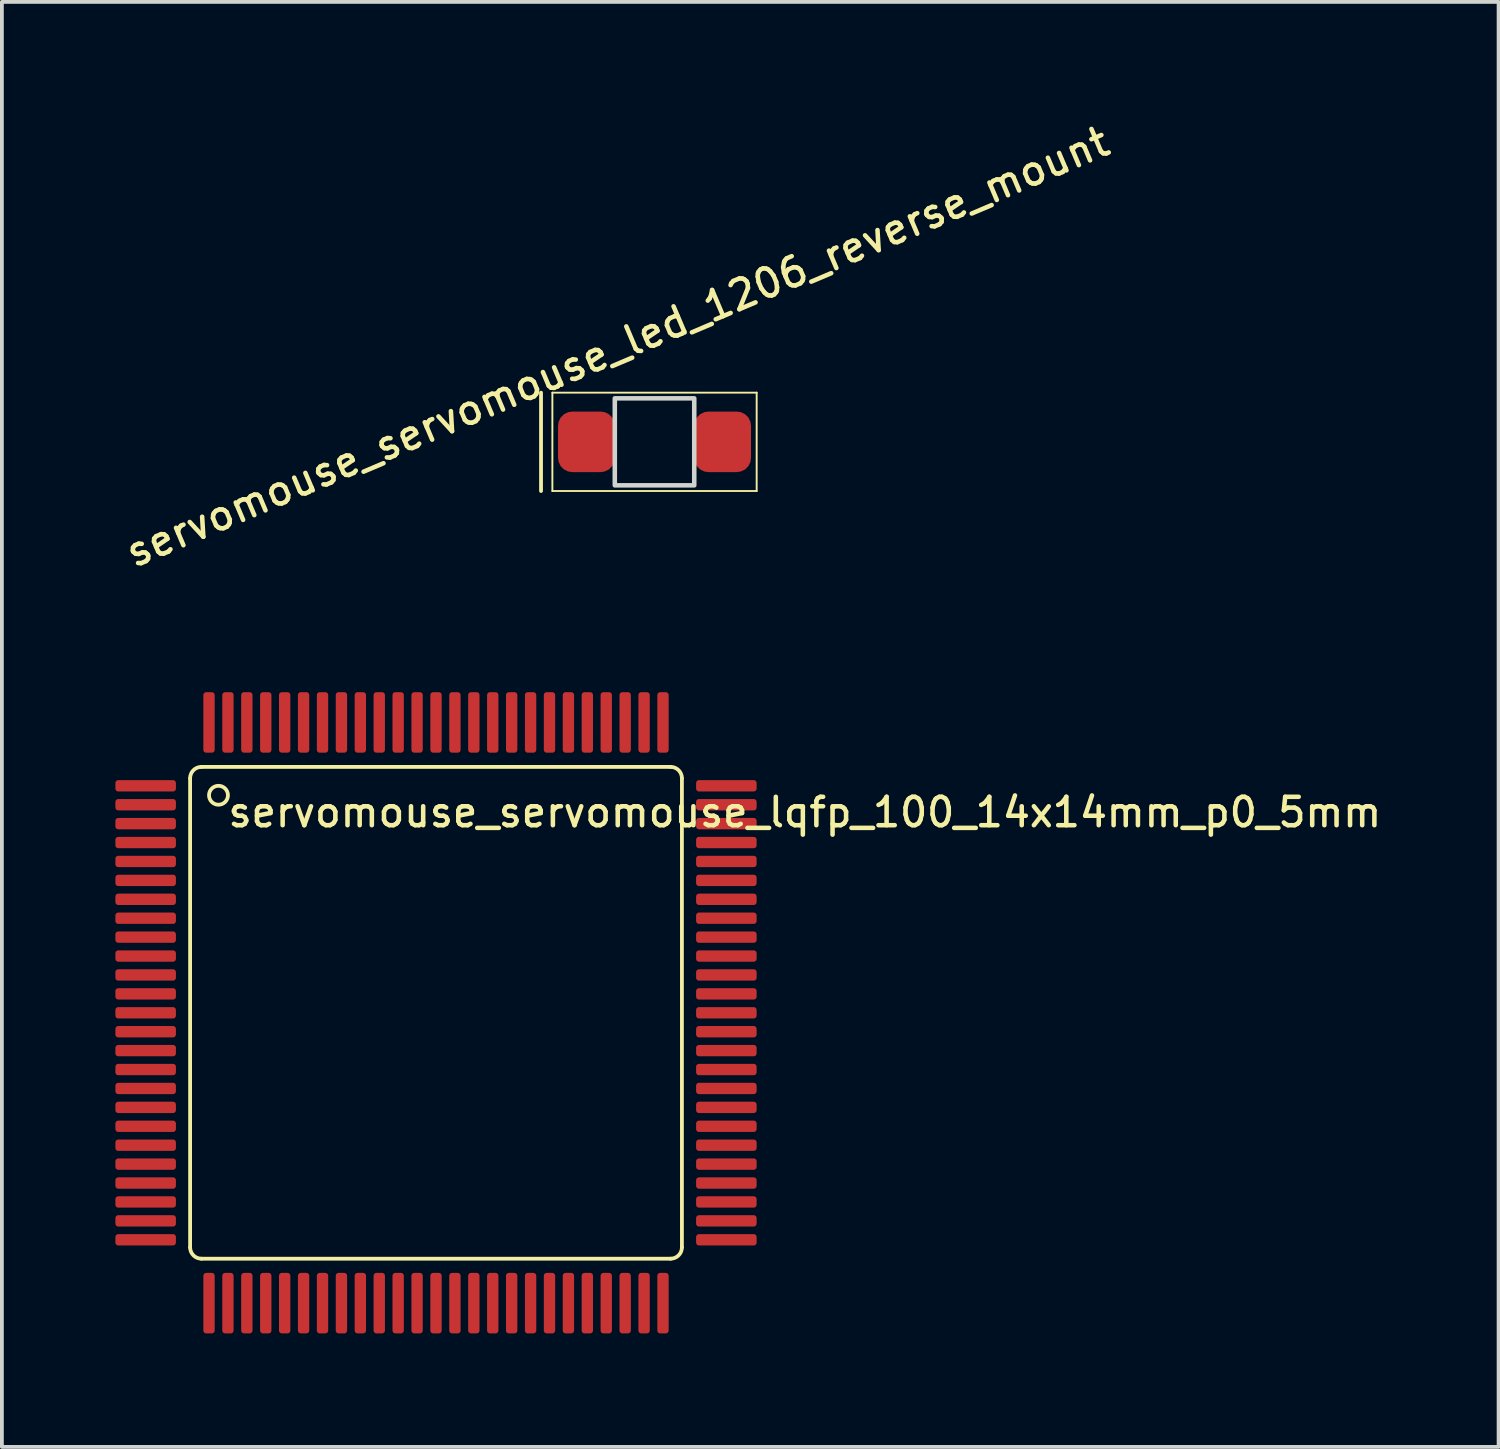
<source format=kicad_pcb>
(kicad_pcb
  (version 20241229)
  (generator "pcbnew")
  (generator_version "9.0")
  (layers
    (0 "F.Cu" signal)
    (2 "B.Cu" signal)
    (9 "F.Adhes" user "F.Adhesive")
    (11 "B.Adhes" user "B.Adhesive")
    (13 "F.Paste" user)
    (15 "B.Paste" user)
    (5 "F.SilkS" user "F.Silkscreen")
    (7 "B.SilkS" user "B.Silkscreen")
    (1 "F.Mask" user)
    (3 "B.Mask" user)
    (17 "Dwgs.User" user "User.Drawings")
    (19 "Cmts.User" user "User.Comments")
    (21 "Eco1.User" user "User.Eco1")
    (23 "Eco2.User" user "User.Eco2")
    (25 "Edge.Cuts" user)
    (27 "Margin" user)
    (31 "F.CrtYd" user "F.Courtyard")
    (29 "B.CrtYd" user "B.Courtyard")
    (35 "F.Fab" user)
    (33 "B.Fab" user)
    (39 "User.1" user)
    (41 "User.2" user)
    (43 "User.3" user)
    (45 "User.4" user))
  (footprint "servomouse_servomouse_led_1206_reverse_mount"
    (layer "F.Cu")
    (at 14.251 8.629)
    (property "Reference" "servomouse_servomouse_led_1206_reverse_mount" (at -0.981 -2.507 23) (layer "F.SilkS") (effects (font (size 0.75 0.75) (thickness 0.12))))
    (attr smd)
    (fp_line (start -3 -1.3) (end -3 1.3) (stroke (width 0.1) (type solid)) (layer "F.SilkS"))
    (fp_line (start -2.7 -1.3) (end 2.7 -1.3) (stroke (width 0.05) (type solid)) (layer "F.SilkS"))
    (fp_line (start -2.7 1.3) (end -2.7 -1.3) (stroke (width 0.05) (type solid)) (layer "F.SilkS"))
    (fp_line (start 2.7 -1.3) (end 2.7 1.3) (stroke (width 0.05) (type solid)) (layer "F.SilkS"))
    (fp_line (start 2.7 1.3) (end -2.7 1.3) (stroke (width 0.05) (type solid)) (layer "F.SilkS"))
    (fp_rect (start -1.05 -1.15) (end 1.05 1.15) (stroke (width 0.12) (type solid)) (fill no) (layer "Edge.Cuts"))
    (pad "1" smd roundrect (at -1.8 0) (size 1.5 1.6) (layers "F.Cu" "F.Mask" "F.Paste") (roundrect_rratio 0.25))
    (pad "2" smd roundrect (at 1.8 0) (size 1.5 1.6) (layers "F.Cu" "F.Mask" "F.Paste") (roundrect_rratio 0.25)))
  (footprint "servomouse_servomouse_lqfp_100_14x14mm_p0_5mm"
    (layer "F.Cu")
    (at 8.475 23.721)
    (property "Reference" "servomouse_servomouse_lqfp_100_14x14mm_p0_5mm" (at 9.75 -5.3 0) (layer "F.SilkS") (effects (font (size 0.75 0.75) (thickness 0.12))))
    (attr smd)
    (fp_line (start -6.5 6.2) (end -6.5 -6.2) (stroke (width 0.1) (type solid)) (layer "F.SilkS"))
    (fp_line (start -6.2 -6.5) (end 6.2 -6.5) (stroke (width 0.1) (type solid)) (layer "F.SilkS"))
    (fp_line (start 6.2 6.5) (end -6.2 6.5) (stroke (width 0.1) (type solid)) (layer "F.SilkS"))
    (fp_line (start 6.5 -6.2) (end 6.5 6.2) (stroke (width 0.1) (type solid)) (layer "F.SilkS"))
    (fp_arc (start -6.5 -6.2) (mid -6.412132 -6.412132) (end -6.2 -6.5) (stroke (width 0.1) (type solid)) (layer "F.SilkS"))
    (fp_arc (start -6.2 6.5) (mid -6.412132 6.412132) (end -6.5 6.2) (stroke (width 0.1) (type solid)) (layer "F.SilkS"))
    (fp_arc (start 6.2 -6.5) (mid 6.412132 -6.412132) (end 6.5 -6.2) (stroke (width 0.1) (type solid)) (layer "F.SilkS"))
    (fp_arc (start 6.5 6.2) (mid 6.412132 6.412132) (end 6.2 6.5) (stroke (width 0.1) (type solid)) (layer "F.SilkS"))
    (fp_circle (center -5.75 -5.75) (end -5.5 -5.75) (stroke (width 0.1) (type solid)) (fill no) (layer "F.SilkS"))
    (pad "1" smd roundrect (at -7.675 -6) (size 1.6 0.3) (layers "F.Cu" "F.Mask" "F.Paste") (roundrect_rratio 0.25))
    (pad "2" smd roundrect (at -7.675 -5.5) (size 1.6 0.3) (layers "F.Cu" "F.Mask" "F.Paste") (roundrect_rratio 0.25))
    (pad "3" smd roundrect (at -7.675 -5) (size 1.6 0.3) (layers "F.Cu" "F.Mask" "F.Paste") (roundrect_rratio 0.25))
    (pad "4" smd roundrect (at -7.675 -4.5) (size 1.6 0.3) (layers "F.Cu" "F.Mask" "F.Paste") (roundrect_rratio 0.25))
    (pad "5" smd roundrect (at -7.675 -4) (size 1.6 0.3) (layers "F.Cu" "F.Mask" "F.Paste") (roundrect_rratio 0.25))
    (pad "6" smd roundrect (at -7.675 -3.5) (size 1.6 0.3) (layers "F.Cu" "F.Mask" "F.Paste") (roundrect_rratio 0.25))
    (pad "7" smd roundrect (at -7.675 -3) (size 1.6 0.3) (layers "F.Cu" "F.Mask" "F.Paste") (roundrect_rratio 0.25))
    (pad "8" smd roundrect (at -7.675 -2.5) (size 1.6 0.3) (layers "F.Cu" "F.Mask" "F.Paste") (roundrect_rratio 0.25))
    (pad "9" smd roundrect (at -7.675 -2) (size 1.6 0.3) (layers "F.Cu" "F.Mask" "F.Paste") (roundrect_rratio 0.25))
    (pad "10" smd roundrect (at -7.675 -1.5) (size 1.6 0.3) (layers "F.Cu" "F.Mask" "F.Paste") (roundrect_rratio 0.25))
    (pad "11" smd roundrect (at -7.675 -1) (size 1.6 0.3) (layers "F.Cu" "F.Mask" "F.Paste") (roundrect_rratio 0.25))
    (pad "12" smd roundrect (at -7.675 -0.5) (size 1.6 0.3) (layers "F.Cu" "F.Mask" "F.Paste") (roundrect_rratio 0.25))
    (pad "13" smd roundrect (at -7.675 0) (size 1.6 0.3) (layers "F.Cu" "F.Mask" "F.Paste") (roundrect_rratio 0.25))
    (pad "14" smd roundrect (at -7.675 0.5) (size 1.6 0.3) (layers "F.Cu" "F.Mask" "F.Paste") (roundrect_rratio 0.25))
    (pad "15" smd roundrect (at -7.675 1) (size 1.6 0.3) (layers "F.Cu" "F.Mask" "F.Paste") (roundrect_rratio 0.25))
    (pad "16" smd roundrect (at -7.675 1.5) (size 1.6 0.3) (layers "F.Cu" "F.Mask" "F.Paste") (roundrect_rratio 0.25))
    (pad "17" smd roundrect (at -7.675 2) (size 1.6 0.3) (layers "F.Cu" "F.Mask" "F.Paste") (roundrect_rratio 0.25))
    (pad "18" smd roundrect (at -7.675 2.5) (size 1.6 0.3) (layers "F.Cu" "F.Mask" "F.Paste") (roundrect_rratio 0.25))
    (pad "19" smd roundrect (at -7.675 3) (size 1.6 0.3) (layers "F.Cu" "F.Mask" "F.Paste") (roundrect_rratio 0.25))
    (pad "20" smd roundrect (at -7.675 3.5) (size 1.6 0.3) (layers "F.Cu" "F.Mask" "F.Paste") (roundrect_rratio 0.25))
    (pad "21" smd roundrect (at -7.675 4) (size 1.6 0.3) (layers "F.Cu" "F.Mask" "F.Paste") (roundrect_rratio 0.25))
    (pad "22" smd roundrect (at -7.675 4.5) (size 1.6 0.3) (layers "F.Cu" "F.Mask" "F.Paste") (roundrect_rratio 0.25))
    (pad "23" smd roundrect (at -7.675 5) (size 1.6 0.3) (layers "F.Cu" "F.Mask" "F.Paste") (roundrect_rratio 0.25))
    (pad "24" smd roundrect (at -7.675 5.5) (size 1.6 0.3) (layers "F.Cu" "F.Mask" "F.Paste") (roundrect_rratio 0.25))
    (pad "25" smd roundrect (at -7.675 6) (size 1.6 0.3) (layers "F.Cu" "F.Mask" "F.Paste") (roundrect_rratio 0.25))
    (pad "26" smd roundrect (at -6 7.675) (size 0.3 1.6) (layers "F.Cu" "F.Mask" "F.Paste") (roundrect_rratio 0.25))
    (pad "27" smd roundrect (at -5.5 7.675) (size 0.3 1.6) (layers "F.Cu" "F.Mask" "F.Paste") (roundrect_rratio 0.25))
    (pad "28" smd roundrect (at -5 7.675) (size 0.3 1.6) (layers "F.Cu" "F.Mask" "F.Paste") (roundrect_rratio 0.25))
    (pad "29" smd roundrect (at -4.5 7.675) (size 0.3 1.6) (layers "F.Cu" "F.Mask" "F.Paste") (roundrect_rratio 0.25))
    (pad "30" smd roundrect (at -4 7.675) (size 0.3 1.6) (layers "F.Cu" "F.Mask" "F.Paste") (roundrect_rratio 0.25))
    (pad "31" smd roundrect (at -3.5 7.675) (size 0.3 1.6) (layers "F.Cu" "F.Mask" "F.Paste") (roundrect_rratio 0.25))
    (pad "32" smd roundrect (at -3 7.675) (size 0.3 1.6) (layers "F.Cu" "F.Mask" "F.Paste") (roundrect_rratio 0.25))
    (pad "33" smd roundrect (at -2.5 7.675) (size 0.3 1.6) (layers "F.Cu" "F.Mask" "F.Paste") (roundrect_rratio 0.25))
    (pad "34" smd roundrect (at -2 7.675) (size 0.3 1.6) (layers "F.Cu" "F.Mask" "F.Paste") (roundrect_rratio 0.25))
    (pad "35" smd roundrect (at -1.5 7.675) (size 0.3 1.6) (layers "F.Cu" "F.Mask" "F.Paste") (roundrect_rratio 0.25))
    (pad "36" smd roundrect (at -1 7.675) (size 0.3 1.6) (layers "F.Cu" "F.Mask" "F.Paste") (roundrect_rratio 0.25))
    (pad "37" smd roundrect (at -0.5 7.675) (size 0.3 1.6) (layers "F.Cu" "F.Mask" "F.Paste") (roundrect_rratio 0.25))
    (pad "38" smd roundrect (at 0 7.675) (size 0.3 1.6) (layers "F.Cu" "F.Mask" "F.Paste") (roundrect_rratio 0.25))
    (pad "39" smd roundrect (at 0.5 7.675) (size 0.3 1.6) (layers "F.Cu" "F.Mask" "F.Paste") (roundrect_rratio 0.25))
    (pad "40" smd roundrect (at 1 7.675) (size 0.3 1.6) (layers "F.Cu" "F.Mask" "F.Paste") (roundrect_rratio 0.25))
    (pad "41" smd roundrect (at 1.5 7.675) (size 0.3 1.6) (layers "F.Cu" "F.Mask" "F.Paste") (roundrect_rratio 0.25))
    (pad "42" smd roundrect (at 2 7.675) (size 0.3 1.6) (layers "F.Cu" "F.Mask" "F.Paste") (roundrect_rratio 0.25))
    (pad "43" smd roundrect (at 2.5 7.675) (size 0.3 1.6) (layers "F.Cu" "F.Mask" "F.Paste") (roundrect_rratio 0.25))
    (pad "44" smd roundrect (at 3 7.675) (size 0.3 1.6) (layers "F.Cu" "F.Mask" "F.Paste") (roundrect_rratio 0.25))
    (pad "45" smd roundrect (at 3.5 7.675) (size 0.3 1.6) (layers "F.Cu" "F.Mask" "F.Paste") (roundrect_rratio 0.25))
    (pad "46" smd roundrect (at 4 7.675) (size 0.3 1.6) (layers "F.Cu" "F.Mask" "F.Paste") (roundrect_rratio 0.25))
    (pad "47" smd roundrect (at 4.5 7.675) (size 0.3 1.6) (layers "F.Cu" "F.Mask" "F.Paste") (roundrect_rratio 0.25))
    (pad "48" smd roundrect (at 5 7.675) (size 0.3 1.6) (layers "F.Cu" "F.Mask" "F.Paste") (roundrect_rratio 0.25))
    (pad "49" smd roundrect (at 5.5 7.675) (size 0.3 1.6) (layers "F.Cu" "F.Mask" "F.Paste") (roundrect_rratio 0.25))
    (pad "50" smd roundrect (at 6 7.675) (size 0.3 1.6) (layers "F.Cu" "F.Mask" "F.Paste") (roundrect_rratio 0.25))
    (pad "51" smd roundrect (at 7.675 6) (size 1.6 0.3) (layers "F.Cu" "F.Mask" "F.Paste") (roundrect_rratio 0.25))
    (pad "52" smd roundrect (at 7.675 5.5) (size 1.6 0.3) (layers "F.Cu" "F.Mask" "F.Paste") (roundrect_rratio 0.25))
    (pad "53" smd roundrect (at 7.675 5) (size 1.6 0.3) (layers "F.Cu" "F.Mask" "F.Paste") (roundrect_rratio 0.25))
    (pad "54" smd roundrect (at 7.675 4.5) (size 1.6 0.3) (layers "F.Cu" "F.Mask" "F.Paste") (roundrect_rratio 0.25))
    (pad "55" smd roundrect (at 7.675 4) (size 1.6 0.3) (layers "F.Cu" "F.Mask" "F.Paste") (roundrect_rratio 0.25))
    (pad "56" smd roundrect (at 7.675 3.5) (size 1.6 0.3) (layers "F.Cu" "F.Mask" "F.Paste") (roundrect_rratio 0.25))
    (pad "57" smd roundrect (at 7.675 3) (size 1.6 0.3) (layers "F.Cu" "F.Mask" "F.Paste") (roundrect_rratio 0.25))
    (pad "58" smd roundrect (at 7.675 2.5) (size 1.6 0.3) (layers "F.Cu" "F.Mask" "F.Paste") (roundrect_rratio 0.25))
    (pad "59" smd roundrect (at 7.675 2) (size 1.6 0.3) (layers "F.Cu" "F.Mask" "F.Paste") (roundrect_rratio 0.25))
    (pad "60" smd roundrect (at 7.675 1.5) (size 1.6 0.3) (layers "F.Cu" "F.Mask" "F.Paste") (roundrect_rratio 0.25))
    (pad "61" smd roundrect (at 7.675 1) (size 1.6 0.3) (layers "F.Cu" "F.Mask" "F.Paste") (roundrect_rratio 0.25))
    (pad "62" smd roundrect (at 7.675 0.5) (size 1.6 0.3) (layers "F.Cu" "F.Mask" "F.Paste") (roundrect_rratio 0.25))
    (pad "63" smd roundrect (at 7.675 0) (size 1.6 0.3) (layers "F.Cu" "F.Mask" "F.Paste") (roundrect_rratio 0.25))
    (pad "64" smd roundrect (at 7.675 -0.5) (size 1.6 0.3) (layers "F.Cu" "F.Mask" "F.Paste") (roundrect_rratio 0.25))
    (pad "65" smd roundrect (at 7.675 -1) (size 1.6 0.3) (layers "F.Cu" "F.Mask" "F.Paste") (roundrect_rratio 0.25))
    (pad "66" smd roundrect (at 7.675 -1.5) (size 1.6 0.3) (layers "F.Cu" "F.Mask" "F.Paste") (roundrect_rratio 0.25))
    (pad "67" smd roundrect (at 7.675 -2) (size 1.6 0.3) (layers "F.Cu" "F.Mask" "F.Paste") (roundrect_rratio 0.25))
    (pad "68" smd roundrect (at 7.675 -2.5) (size 1.6 0.3) (layers "F.Cu" "F.Mask" "F.Paste") (roundrect_rratio 0.25))
    (pad "69" smd roundrect (at 7.675 -3) (size 1.6 0.3) (layers "F.Cu" "F.Mask" "F.Paste") (roundrect_rratio 0.25))
    (pad "70" smd roundrect (at 7.675 -3.5) (size 1.6 0.3) (layers "F.Cu" "F.Mask" "F.Paste") (roundrect_rratio 0.25))
    (pad "71" smd roundrect (at 7.675 -4) (size 1.6 0.3) (layers "F.Cu" "F.Mask" "F.Paste") (roundrect_rratio 0.25))
    (pad "72" smd roundrect (at 7.675 -4.5) (size 1.6 0.3) (layers "F.Cu" "F.Mask" "F.Paste") (roundrect_rratio 0.25))
    (pad "73" smd roundrect (at 7.675 -5) (size 1.6 0.3) (layers "F.Cu" "F.Mask" "F.Paste") (roundrect_rratio 0.25))
    (pad "74" smd roundrect (at 7.675 -5.5) (size 1.6 0.3) (layers "F.Cu" "F.Mask" "F.Paste") (roundrect_rratio 0.25))
    (pad "75" smd roundrect (at 7.675 -6) (size 1.6 0.3) (layers "F.Cu" "F.Mask" "F.Paste") (roundrect_rratio 0.25))
    (pad "76" smd roundrect (at 6 -7.675) (size 0.3 1.6) (layers "F.Cu" "F.Mask" "F.Paste") (roundrect_rratio 0.25))
    (pad "77" smd roundrect (at 5.5 -7.675) (size 0.3 1.6) (layers "F.Cu" "F.Mask" "F.Paste") (roundrect_rratio 0.25))
    (pad "78" smd roundrect (at 5 -7.675) (size 0.3 1.6) (layers "F.Cu" "F.Mask" "F.Paste") (roundrect_rratio 0.25))
    (pad "79" smd roundrect (at 4.5 -7.675) (size 0.3 1.6) (layers "F.Cu" "F.Mask" "F.Paste") (roundrect_rratio 0.25))
    (pad "80" smd roundrect (at 4 -7.675) (size 0.3 1.6) (layers "F.Cu" "F.Mask" "F.Paste") (roundrect_rratio 0.25))
    (pad "81" smd roundrect (at 3.5 -7.675) (size 0.3 1.6) (layers "F.Cu" "F.Mask" "F.Paste") (roundrect_rratio 0.25))
    (pad "82" smd roundrect (at 3 -7.675) (size 0.3 1.6) (layers "F.Cu" "F.Mask" "F.Paste") (roundrect_rratio 0.25))
    (pad "83" smd roundrect (at 2.5 -7.675) (size 0.3 1.6) (layers "F.Cu" "F.Mask" "F.Paste") (roundrect_rratio 0.25))
    (pad "84" smd roundrect (at 2 -7.675) (size 0.3 1.6) (layers "F.Cu" "F.Mask" "F.Paste") (roundrect_rratio 0.25))
    (pad "85" smd roundrect (at 1.5 -7.675) (size 0.3 1.6) (layers "F.Cu" "F.Mask" "F.Paste") (roundrect_rratio 0.25))
    (pad "86" smd roundrect (at 1 -7.675) (size 0.3 1.6) (layers "F.Cu" "F.Mask" "F.Paste") (roundrect_rratio 0.25))
    (pad "87" smd roundrect (at 0.5 -7.675) (size 0.3 1.6) (layers "F.Cu" "F.Mask" "F.Paste") (roundrect_rratio 0.25))
    (pad "88" smd roundrect (at 0 -7.675) (size 0.3 1.6) (layers "F.Cu" "F.Mask" "F.Paste") (roundrect_rratio 0.25))
    (pad "89" smd roundrect (at -0.5 -7.675) (size 0.3 1.6) (layers "F.Cu" "F.Mask" "F.Paste") (roundrect_rratio 0.25))
    (pad "90" smd roundrect (at -1 -7.675) (size 0.3 1.6) (layers "F.Cu" "F.Mask" "F.Paste") (roundrect_rratio 0.25))
    (pad "91" smd roundrect (at -1.5 -7.675) (size 0.3 1.6) (layers "F.Cu" "F.Mask" "F.Paste") (roundrect_rratio 0.25))
    (pad "92" smd roundrect (at -2 -7.675) (size 0.3 1.6) (layers "F.Cu" "F.Mask" "F.Paste") (roundrect_rratio 0.25))
    (pad "93" smd roundrect (at -2.5 -7.675) (size 0.3 1.6) (layers "F.Cu" "F.Mask" "F.Paste") (roundrect_rratio 0.25))
    (pad "94" smd roundrect (at -3 -7.675) (size 0.3 1.6) (layers "F.Cu" "F.Mask" "F.Paste") (roundrect_rratio 0.25))
    (pad "95" smd roundrect (at -3.5 -7.675) (size 0.3 1.6) (layers "F.Cu" "F.Mask" "F.Paste") (roundrect_rratio 0.25))
    (pad "96" smd roundrect (at -4 -7.675) (size 0.3 1.6) (layers "F.Cu" "F.Mask" "F.Paste") (roundrect_rratio 0.25))
    (pad "97" smd roundrect (at -4.5 -7.675) (size 0.3 1.6) (layers "F.Cu" "F.Mask" "F.Paste") (roundrect_rratio 0.25))
    (pad "98" smd roundrect (at -5 -7.675) (size 0.3 1.6) (layers "F.Cu" "F.Mask" "F.Paste") (roundrect_rratio 0.25))
    (pad "99" smd roundrect (at -5.5 -7.675) (size 0.3 1.6) (layers "F.Cu" "F.Mask" "F.Paste") (roundrect_rratio 0.25))
    (pad "100" smd roundrect (at -6 -7.675) (size 0.3 1.6) (layers "F.Cu" "F.Mask" "F.Paste") (roundrect_rratio 0.25)))
  (gr_rect
    (start -3 -3)
    (end 36.562 35.196)
    (stroke (width 0.1) (type default))
    (fill no)
    (layer "Edge.Cuts")))
</source>
